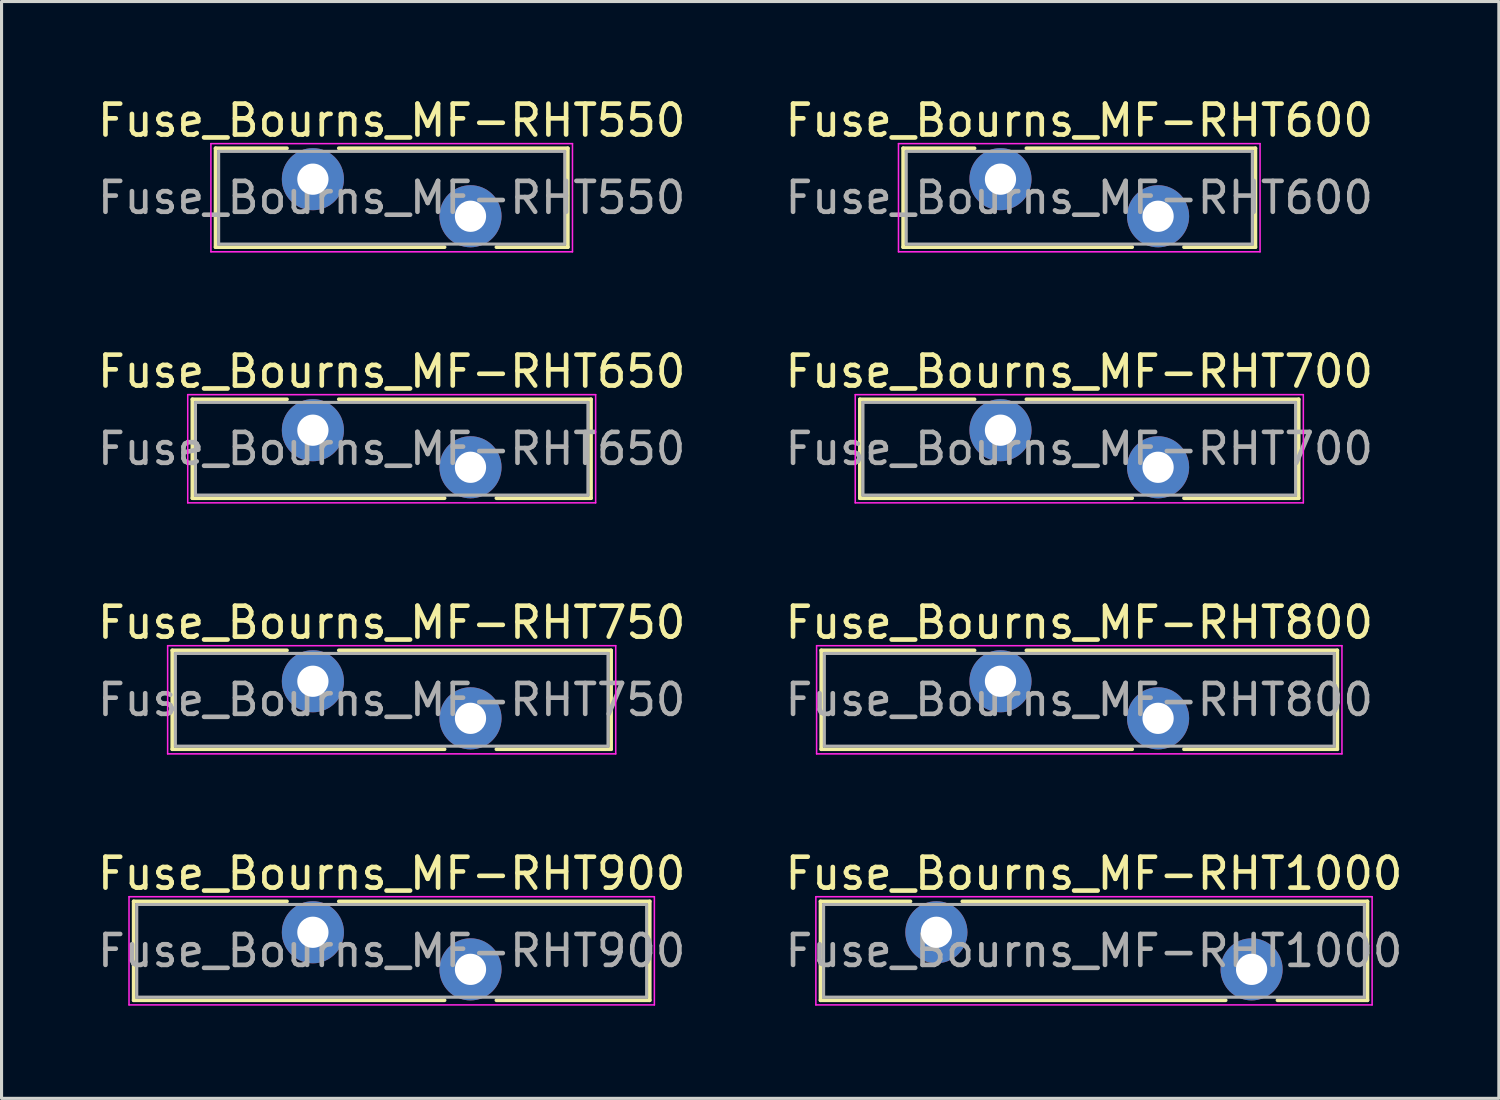
<source format=kicad_pcb>
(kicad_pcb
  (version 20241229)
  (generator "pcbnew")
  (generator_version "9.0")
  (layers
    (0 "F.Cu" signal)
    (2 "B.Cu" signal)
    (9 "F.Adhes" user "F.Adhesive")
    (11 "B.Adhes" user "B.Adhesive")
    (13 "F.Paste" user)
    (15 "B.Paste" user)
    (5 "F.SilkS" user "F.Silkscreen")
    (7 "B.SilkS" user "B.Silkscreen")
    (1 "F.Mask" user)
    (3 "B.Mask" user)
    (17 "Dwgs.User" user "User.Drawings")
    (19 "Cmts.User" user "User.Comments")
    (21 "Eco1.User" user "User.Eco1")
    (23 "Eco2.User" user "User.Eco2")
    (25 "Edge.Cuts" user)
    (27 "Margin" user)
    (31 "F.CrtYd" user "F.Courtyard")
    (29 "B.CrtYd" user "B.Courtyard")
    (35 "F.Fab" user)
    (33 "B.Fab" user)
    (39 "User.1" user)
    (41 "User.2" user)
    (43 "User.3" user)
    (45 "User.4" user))
  (footprint "Fuse_Bourns_MF-RHT750"
    (layer "F.Cu")
    (at 7.075 18.995)
    (property "Reference" "Fuse_Bourns_MF-RHT750" (at 2.55 -1.9 0) (layer "F.SilkS") (effects (font (size 1 1) (thickness 0.15))))
    (attr through_hole)
    (fp_line (start -4.55 -1) (end -0.838 -1) (stroke (width 0.12) (type solid)) (layer "F.SilkS"))
    (fp_line (start -4.55 2.2) (end -4.55 -1) (stroke (width 0.12) (type solid)) (layer "F.SilkS"))
    (fp_line (start 0.838 -1) (end 9.65 -1) (stroke (width 0.12) (type solid)) (layer "F.SilkS"))
    (fp_line (start 4.262 2.2) (end -4.55 2.2) (stroke (width 0.12) (type solid)) (layer "F.SilkS"))
    (fp_line (start 9.65 -1) (end 9.65 2.2) (stroke (width 0.12) (type solid)) (layer "F.SilkS"))
    (fp_line (start 9.65 2.2) (end 5.938 2.2) (stroke (width 0.12) (type solid)) (layer "F.SilkS"))
    (fp_line (start -4.7 -1.15) (end -4.7 2.35) (stroke (width 0.05) (type solid)) (layer "F.CrtYd"))
    (fp_line (start -4.7 2.35) (end 9.8 2.35) (stroke (width 0.05) (type solid)) (layer "F.CrtYd"))
    (fp_line (start 9.8 -1.15) (end -4.7 -1.15) (stroke (width 0.05) (type solid)) (layer "F.CrtYd"))
    (fp_line (start 9.8 2.35) (end 9.8 -1.15) (stroke (width 0.05) (type solid)) (layer "F.CrtYd"))
    (fp_line (start -4.45 -0.9) (end -4.45 2.1) (stroke (width 0.1) (type solid)) (layer "F.Fab"))
    (fp_line (start -4.45 2.1) (end 9.55 2.1) (stroke (width 0.1) (type solid)) (layer "F.Fab"))
    (fp_line (start 9.55 -0.9) (end -4.45 -0.9) (stroke (width 0.1) (type solid)) (layer "F.Fab"))
    (fp_line (start 9.55 2.1) (end 9.55 -0.9) (stroke (width 0.1) (type solid)) (layer "F.Fab"))
    (fp_text user "${REFERENCE}" (at 2.55 0.6 0) (layer "F.Fab") (effects (font (size 1 1) (thickness 0.15))))
    (pad "1" thru_hole circle (at 0 0) (size 2.01 2.01) (drill 1.01) (layers "*.Cu" "*.Mask"))
    (pad "2" thru_hole circle (at 5.1 1.2) (size 2.01 2.01) (drill 1.01) (layers "*.Cu" "*.Mask")))
  (footprint "Fuse_Bourns_MF-RHT800"
    (layer "F.Cu")
    (at 29.325 18.995)
    (property "Reference" "Fuse_Bourns_MF-RHT800" (at 2.55 -1.9 0) (layer "F.SilkS") (effects (font (size 1 1) (thickness 0.15))))
    (attr through_hole)
    (fp_line (start -5.8 -1) (end -0.838 -1) (stroke (width 0.12) (type solid)) (layer "F.SilkS"))
    (fp_line (start -5.8 2.2) (end -5.8 -1) (stroke (width 0.12) (type solid)) (layer "F.SilkS"))
    (fp_line (start 0.838 -1) (end 10.9 -1) (stroke (width 0.12) (type solid)) (layer "F.SilkS"))
    (fp_line (start 4.262 2.2) (end -5.8 2.2) (stroke (width 0.12) (type solid)) (layer "F.SilkS"))
    (fp_line (start 10.9 -1) (end 10.9 2.2) (stroke (width 0.12) (type solid)) (layer "F.SilkS"))
    (fp_line (start 10.9 2.2) (end 5.938 2.2) (stroke (width 0.12) (type solid)) (layer "F.SilkS"))
    (fp_line (start -5.95 -1.15) (end -5.95 2.35) (stroke (width 0.05) (type solid)) (layer "F.CrtYd"))
    (fp_line (start -5.95 2.35) (end 11.05 2.35) (stroke (width 0.05) (type solid)) (layer "F.CrtYd"))
    (fp_line (start 11.05 -1.15) (end -5.95 -1.15) (stroke (width 0.05) (type solid)) (layer "F.CrtYd"))
    (fp_line (start 11.05 2.35) (end 11.05 -1.15) (stroke (width 0.05) (type solid)) (layer "F.CrtYd"))
    (fp_line (start -5.7 -0.9) (end -5.7 2.1) (stroke (width 0.1) (type solid)) (layer "F.Fab"))
    (fp_line (start -5.7 2.1) (end 10.8 2.1) (stroke (width 0.1) (type solid)) (layer "F.Fab"))
    (fp_line (start 10.8 -0.9) (end -5.7 -0.9) (stroke (width 0.1) (type solid)) (layer "F.Fab"))
    (fp_line (start 10.8 2.1) (end 10.8 -0.9) (stroke (width 0.1) (type solid)) (layer "F.Fab"))
    (fp_text user "${REFERENCE}" (at 2.55 0.6 0) (layer "F.Fab") (effects (font (size 1 1) (thickness 0.15))))
    (pad "1" thru_hole circle (at 0 0) (size 2.01 2.01) (drill 1.01) (layers "*.Cu" "*.Mask"))
    (pad "2" thru_hole circle (at 5.1 1.2) (size 2.01 2.01) (drill 1.01) (layers "*.Cu" "*.Mask")))
  (footprint "Fuse_Bourns_MF-RHT600"
    (layer "F.Cu")
    (at 29.325 2.748)
    (property "Reference" "Fuse_Bourns_MF-RHT600" (at 2.55 -1.9 0) (layer "F.SilkS") (effects (font (size 1 1) (thickness 0.15))))
    (attr through_hole)
    (fp_line (start -3.15 -1) (end -0.838 -1) (stroke (width 0.12) (type solid)) (layer "F.SilkS"))
    (fp_line (start -3.15 2.2) (end -3.15 -1) (stroke (width 0.12) (type solid)) (layer "F.SilkS"))
    (fp_line (start 0.838 -1) (end 8.25 -1) (stroke (width 0.12) (type solid)) (layer "F.SilkS"))
    (fp_line (start 4.262 2.2) (end -3.15 2.2) (stroke (width 0.12) (type solid)) (layer "F.SilkS"))
    (fp_line (start 8.25 -1) (end 8.25 2.2) (stroke (width 0.12) (type solid)) (layer "F.SilkS"))
    (fp_line (start 8.25 2.2) (end 5.938 2.2) (stroke (width 0.12) (type solid)) (layer "F.SilkS"))
    (fp_line (start -3.3 -1.15) (end -3.3 2.35) (stroke (width 0.05) (type solid)) (layer "F.CrtYd"))
    (fp_line (start -3.3 2.35) (end 8.4 2.35) (stroke (width 0.05) (type solid)) (layer "F.CrtYd"))
    (fp_line (start 8.4 -1.15) (end -3.3 -1.15) (stroke (width 0.05) (type solid)) (layer "F.CrtYd"))
    (fp_line (start 8.4 2.35) (end 8.4 -1.15) (stroke (width 0.05) (type solid)) (layer "F.CrtYd"))
    (fp_line (start -3.05 -0.9) (end -3.05 2.1) (stroke (width 0.1) (type solid)) (layer "F.Fab"))
    (fp_line (start -3.05 2.1) (end 8.15 2.1) (stroke (width 0.1) (type solid)) (layer "F.Fab"))
    (fp_line (start 8.15 -0.9) (end -3.05 -0.9) (stroke (width 0.1) (type solid)) (layer "F.Fab"))
    (fp_line (start 8.15 2.1) (end 8.15 -0.9) (stroke (width 0.1) (type solid)) (layer "F.Fab"))
    (fp_text user "${REFERENCE}" (at 2.55 0.6 0) (layer "F.Fab") (effects (font (size 1 1) (thickness 0.15))))
    (pad "1" thru_hole circle (at 0 0) (size 2.01 2.01) (drill 1.01) (layers "*.Cu" "*.Mask"))
    (pad "2" thru_hole circle (at 5.1 1.2) (size 2.01 2.01) (drill 1.01) (layers "*.Cu" "*.Mask")))
  (footprint "Fuse_Bourns_MF-RHT700"
    (layer "F.Cu")
    (at 29.325 10.871)
    (property "Reference" "Fuse_Bourns_MF-RHT700" (at 2.55 -1.9 0) (layer "F.SilkS") (effects (font (size 1 1) (thickness 0.15))))
    (attr through_hole)
    (fp_line (start -4.55 -1) (end -0.838 -1) (stroke (width 0.12) (type solid)) (layer "F.SilkS"))
    (fp_line (start -4.55 2.2) (end -4.55 -1) (stroke (width 0.12) (type solid)) (layer "F.SilkS"))
    (fp_line (start 0.838 -1) (end 9.65 -1) (stroke (width 0.12) (type solid)) (layer "F.SilkS"))
    (fp_line (start 4.262 2.2) (end -4.55 2.2) (stroke (width 0.12) (type solid)) (layer "F.SilkS"))
    (fp_line (start 9.65 -1) (end 9.65 2.2) (stroke (width 0.12) (type solid)) (layer "F.SilkS"))
    (fp_line (start 9.65 2.2) (end 5.938 2.2) (stroke (width 0.12) (type solid)) (layer "F.SilkS"))
    (fp_line (start -4.7 -1.15) (end -4.7 2.35) (stroke (width 0.05) (type solid)) (layer "F.CrtYd"))
    (fp_line (start -4.7 2.35) (end 9.8 2.35) (stroke (width 0.05) (type solid)) (layer "F.CrtYd"))
    (fp_line (start 9.8 -1.15) (end -4.7 -1.15) (stroke (width 0.05) (type solid)) (layer "F.CrtYd"))
    (fp_line (start 9.8 2.35) (end 9.8 -1.15) (stroke (width 0.05) (type solid)) (layer "F.CrtYd"))
    (fp_line (start -4.45 -0.9) (end -4.45 2.1) (stroke (width 0.1) (type solid)) (layer "F.Fab"))
    (fp_line (start -4.45 2.1) (end 9.55 2.1) (stroke (width 0.1) (type solid)) (layer "F.Fab"))
    (fp_line (start 9.55 -0.9) (end -4.45 -0.9) (stroke (width 0.1) (type solid)) (layer "F.Fab"))
    (fp_line (start 9.55 2.1) (end 9.55 -0.9) (stroke (width 0.1) (type solid)) (layer "F.Fab"))
    (fp_text user "${REFERENCE}" (at 2.55 0.6 0) (layer "F.Fab") (effects (font (size 1 1) (thickness 0.15))))
    (pad "1" thru_hole circle (at 0 0) (size 2.01 2.01) (drill 1.01) (layers "*.Cu" "*.Mask"))
    (pad "2" thru_hole circle (at 5.1 1.2) (size 2.01 2.01) (drill 1.01) (layers "*.Cu" "*.Mask")))
  (footprint "Fuse_Bourns_MF-RHT1000"
    (layer "F.Cu")
    (at 27.251 27.118)
    (property "Reference" "Fuse_Bourns_MF-RHT1000" (at 5.1 -1.9 0) (layer "F.SilkS") (effects (font (size 1 1) (thickness 0.15))))
    (attr through_hole)
    (fp_line (start -3.75 -1) (end -0.838 -1) (stroke (width 0.12) (type solid)) (layer "F.SilkS"))
    (fp_line (start -3.75 2.2) (end -3.75 -1) (stroke (width 0.12) (type solid)) (layer "F.SilkS"))
    (fp_line (start 0.838 -1) (end 13.95 -1) (stroke (width 0.12) (type solid)) (layer "F.SilkS"))
    (fp_line (start 9.362 2.2) (end -3.75 2.2) (stroke (width 0.12) (type solid)) (layer "F.SilkS"))
    (fp_line (start 13.95 -1) (end 13.95 2.2) (stroke (width 0.12) (type solid)) (layer "F.SilkS"))
    (fp_line (start 13.95 2.2) (end 11.038 2.2) (stroke (width 0.12) (type solid)) (layer "F.SilkS"))
    (fp_line (start -3.9 -1.15) (end -3.9 2.35) (stroke (width 0.05) (type solid)) (layer "F.CrtYd"))
    (fp_line (start -3.9 2.35) (end 14.1 2.35) (stroke (width 0.05) (type solid)) (layer "F.CrtYd"))
    (fp_line (start 14.1 -1.15) (end -3.9 -1.15) (stroke (width 0.05) (type solid)) (layer "F.CrtYd"))
    (fp_line (start 14.1 2.35) (end 14.1 -1.15) (stroke (width 0.05) (type solid)) (layer "F.CrtYd"))
    (fp_line (start -3.65 -0.9) (end -3.65 2.1) (stroke (width 0.1) (type solid)) (layer "F.Fab"))
    (fp_line (start -3.65 2.1) (end 13.85 2.1) (stroke (width 0.1) (type solid)) (layer "F.Fab"))
    (fp_line (start 13.85 -0.9) (end -3.65 -0.9) (stroke (width 0.1) (type solid)) (layer "F.Fab"))
    (fp_line (start 13.85 2.1) (end 13.85 -0.9) (stroke (width 0.1) (type solid)) (layer "F.Fab"))
    (fp_text user "${REFERENCE}" (at 5.1 0.6 0) (layer "F.Fab") (effects (font (size 1 1) (thickness 0.15))))
    (pad "1" thru_hole circle (at 0 0) (size 2.01 2.01) (drill 1.01) (layers "*.Cu" "*.Mask"))
    (pad "2" thru_hole circle (at 10.2 1.2) (size 2.01 2.01) (drill 1.01) (layers "*.Cu" "*.Mask")))
  (footprint "Fuse_Bourns_MF-RHT900"
    (layer "F.Cu")
    (at 7.075 27.118)
    (property "Reference" "Fuse_Bourns_MF-RHT900" (at 2.55 -1.9 0) (layer "F.SilkS") (effects (font (size 1 1) (thickness 0.15))))
    (attr through_hole)
    (fp_line (start -5.8 -1) (end -0.838 -1) (stroke (width 0.12) (type solid)) (layer "F.SilkS"))
    (fp_line (start -5.8 2.2) (end -5.8 -1) (stroke (width 0.12) (type solid)) (layer "F.SilkS"))
    (fp_line (start 0.838 -1) (end 10.9 -1) (stroke (width 0.12) (type solid)) (layer "F.SilkS"))
    (fp_line (start 4.262 2.2) (end -5.8 2.2) (stroke (width 0.12) (type solid)) (layer "F.SilkS"))
    (fp_line (start 10.9 -1) (end 10.9 2.2) (stroke (width 0.12) (type solid)) (layer "F.SilkS"))
    (fp_line (start 10.9 2.2) (end 5.938 2.2) (stroke (width 0.12) (type solid)) (layer "F.SilkS"))
    (fp_line (start -5.95 -1.15) (end -5.95 2.35) (stroke (width 0.05) (type solid)) (layer "F.CrtYd"))
    (fp_line (start -5.95 2.35) (end 11.05 2.35) (stroke (width 0.05) (type solid)) (layer "F.CrtYd"))
    (fp_line (start 11.05 -1.15) (end -5.95 -1.15) (stroke (width 0.05) (type solid)) (layer "F.CrtYd"))
    (fp_line (start 11.05 2.35) (end 11.05 -1.15) (stroke (width 0.05) (type solid)) (layer "F.CrtYd"))
    (fp_line (start -5.7 -0.9) (end -5.7 2.1) (stroke (width 0.1) (type solid)) (layer "F.Fab"))
    (fp_line (start -5.7 2.1) (end 10.8 2.1) (stroke (width 0.1) (type solid)) (layer "F.Fab"))
    (fp_line (start 10.8 -0.9) (end -5.7 -0.9) (stroke (width 0.1) (type solid)) (layer "F.Fab"))
    (fp_line (start 10.8 2.1) (end 10.8 -0.9) (stroke (width 0.1) (type solid)) (layer "F.Fab"))
    (fp_text user "${REFERENCE}" (at 2.55 0.6 0) (layer "F.Fab") (effects (font (size 1 1) (thickness 0.15))))
    (pad "1" thru_hole circle (at 0 0) (size 2.01 2.01) (drill 1.01) (layers "*.Cu" "*.Mask"))
    (pad "2" thru_hole circle (at 5.1 1.2) (size 2.01 2.01) (drill 1.01) (layers "*.Cu" "*.Mask")))
  (footprint "Fuse_Bourns_MF-RHT550"
    (layer "F.Cu")
    (at 7.075 2.748)
    (property "Reference" "Fuse_Bourns_MF-RHT550" (at 2.55 -1.9 0) (layer "F.SilkS") (effects (font (size 1 1) (thickness 0.15))))
    (attr through_hole)
    (fp_line (start -3.15 -1) (end -0.838 -1) (stroke (width 0.12) (type solid)) (layer "F.SilkS"))
    (fp_line (start -3.15 2.2) (end -3.15 -1) (stroke (width 0.12) (type solid)) (layer "F.SilkS"))
    (fp_line (start 0.838 -1) (end 8.25 -1) (stroke (width 0.12) (type solid)) (layer "F.SilkS"))
    (fp_line (start 4.262 2.2) (end -3.15 2.2) (stroke (width 0.12) (type solid)) (layer "F.SilkS"))
    (fp_line (start 8.25 -1) (end 8.25 2.2) (stroke (width 0.12) (type solid)) (layer "F.SilkS"))
    (fp_line (start 8.25 2.2) (end 5.938 2.2) (stroke (width 0.12) (type solid)) (layer "F.SilkS"))
    (fp_line (start -3.3 -1.15) (end -3.3 2.35) (stroke (width 0.05) (type solid)) (layer "F.CrtYd"))
    (fp_line (start -3.3 2.35) (end 8.4 2.35) (stroke (width 0.05) (type solid)) (layer "F.CrtYd"))
    (fp_line (start 8.4 -1.15) (end -3.3 -1.15) (stroke (width 0.05) (type solid)) (layer "F.CrtYd"))
    (fp_line (start 8.4 2.35) (end 8.4 -1.15) (stroke (width 0.05) (type solid)) (layer "F.CrtYd"))
    (fp_line (start -3.05 -0.9) (end -3.05 2.1) (stroke (width 0.1) (type solid)) (layer "F.Fab"))
    (fp_line (start -3.05 2.1) (end 8.15 2.1) (stroke (width 0.1) (type solid)) (layer "F.Fab"))
    (fp_line (start 8.15 -0.9) (end -3.05 -0.9) (stroke (width 0.1) (type solid)) (layer "F.Fab"))
    (fp_line (start 8.15 2.1) (end 8.15 -0.9) (stroke (width 0.1) (type solid)) (layer "F.Fab"))
    (fp_text user "${REFERENCE}" (at 2.55 0.6 0) (layer "F.Fab") (effects (font (size 1 1) (thickness 0.15))))
    (pad "1" thru_hole circle (at 0 0) (size 2.01 2.01) (drill 1.01) (layers "*.Cu" "*.Mask"))
    (pad "2" thru_hole circle (at 5.1 1.2) (size 2.01 2.01) (drill 1.01) (layers "*.Cu" "*.Mask")))
  (footprint "Fuse_Bourns_MF-RHT650"
    (layer "F.Cu")
    (at 7.075 10.871)
    (property "Reference" "Fuse_Bourns_MF-RHT650" (at 2.55 -1.9 0) (layer "F.SilkS") (effects (font (size 1 1) (thickness 0.15))))
    (attr through_hole)
    (fp_line (start -3.9 -1) (end -0.838 -1) (stroke (width 0.12) (type solid)) (layer "F.SilkS"))
    (fp_line (start -3.9 2.2) (end -3.9 -1) (stroke (width 0.12) (type solid)) (layer "F.SilkS"))
    (fp_line (start 0.838 -1) (end 9 -1) (stroke (width 0.12) (type solid)) (layer "F.SilkS"))
    (fp_line (start 4.262 2.2) (end -3.9 2.2) (stroke (width 0.12) (type solid)) (layer "F.SilkS"))
    (fp_line (start 9 -1) (end 9 2.2) (stroke (width 0.12) (type solid)) (layer "F.SilkS"))
    (fp_line (start 9 2.2) (end 5.938 2.2) (stroke (width 0.12) (type solid)) (layer "F.SilkS"))
    (fp_line (start -4.05 -1.15) (end -4.05 2.35) (stroke (width 0.05) (type solid)) (layer "F.CrtYd"))
    (fp_line (start -4.05 2.35) (end 9.15 2.35) (stroke (width 0.05) (type solid)) (layer "F.CrtYd"))
    (fp_line (start 9.15 -1.15) (end -4.05 -1.15) (stroke (width 0.05) (type solid)) (layer "F.CrtYd"))
    (fp_line (start 9.15 2.35) (end 9.15 -1.15) (stroke (width 0.05) (type solid)) (layer "F.CrtYd"))
    (fp_line (start -3.8 -0.9) (end -3.8 2.1) (stroke (width 0.1) (type solid)) (layer "F.Fab"))
    (fp_line (start -3.8 2.1) (end 8.9 2.1) (stroke (width 0.1) (type solid)) (layer "F.Fab"))
    (fp_line (start 8.9 -0.9) (end -3.8 -0.9) (stroke (width 0.1) (type solid)) (layer "F.Fab"))
    (fp_line (start 8.9 2.1) (end 8.9 -0.9) (stroke (width 0.1) (type solid)) (layer "F.Fab"))
    (fp_text user "${REFERENCE}" (at 2.55 0.6 0) (layer "F.Fab") (effects (font (size 1 1) (thickness 0.15))))
    (pad "1" thru_hole circle (at 0 0) (size 2.01 2.01) (drill 1.01) (layers "*.Cu" "*.Mask"))
    (pad "2" thru_hole circle (at 5.1 1.2) (size 2.01 2.01) (drill 1.01) (layers "*.Cu" "*.Mask")))
  (gr_rect
    (start -3 -3)
    (end 45.452 32.493)
    (stroke (width 0.1) (type default))
    (fill no)
    (layer "Edge.Cuts")))
</source>
